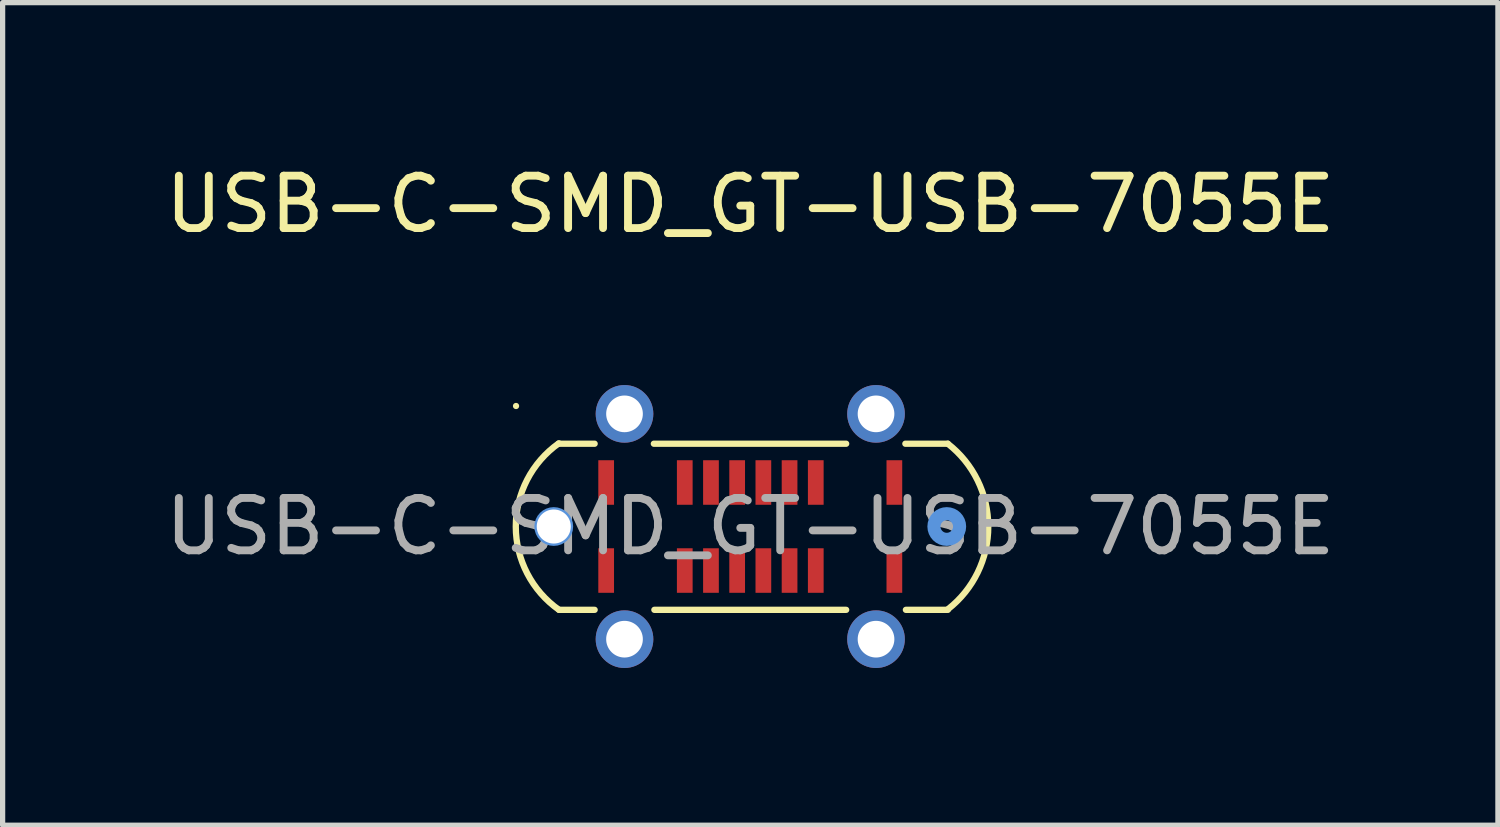
<source format=kicad_pcb>
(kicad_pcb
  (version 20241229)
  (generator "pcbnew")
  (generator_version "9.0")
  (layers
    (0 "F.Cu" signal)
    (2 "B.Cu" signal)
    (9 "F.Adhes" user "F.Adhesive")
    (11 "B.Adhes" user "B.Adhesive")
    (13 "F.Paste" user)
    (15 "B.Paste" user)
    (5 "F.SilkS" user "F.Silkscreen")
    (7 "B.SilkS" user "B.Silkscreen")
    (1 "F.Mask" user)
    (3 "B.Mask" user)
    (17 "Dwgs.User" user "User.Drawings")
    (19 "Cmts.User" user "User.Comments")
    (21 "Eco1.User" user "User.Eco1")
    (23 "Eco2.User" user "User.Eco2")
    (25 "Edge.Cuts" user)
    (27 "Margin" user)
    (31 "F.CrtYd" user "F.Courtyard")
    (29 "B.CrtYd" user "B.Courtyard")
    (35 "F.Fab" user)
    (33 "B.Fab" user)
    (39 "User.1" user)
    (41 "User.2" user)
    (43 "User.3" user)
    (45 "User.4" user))
  (footprint "USB-C-SMD_GT-USB-7055E"
    (layer "F.Cu")
    (at 11.268 6.998)
    (property "Reference" "USB-C-SMD_GT-USB-7055E" (at 0 -6.15 0) (layer "F.SilkS") (effects (font (size 1 1) (thickness 0.15))))
    (attr smd)
    (fp_line (start -3.65 1.59) (end -2.97 1.59) (stroke (width 0.12) (type solid)) (layer "F.SilkS"))
    (fp_line (start -2.97 -1.58) (end -3.66 -1.58) (stroke (width 0.12) (type solid)) (layer "F.SilkS"))
    (fp_line (start -1.83 1.59) (end 1.83 1.59) (stroke (width 0.12) (type solid)) (layer "F.SilkS"))
    (fp_line (start 1.83 -1.58) (end -1.84 -1.58) (stroke (width 0.12) (type solid)) (layer "F.SilkS"))
    (fp_line (start 2.97 1.59) (end 3.77 1.59) (stroke (width 0.12) (type solid)) (layer "F.SilkS"))
    (fp_line (start 3.77 -1.58) (end 2.96 -1.58) (stroke (width 0.12) (type solid)) (layer "F.SilkS"))
    (fp_arc (start -3.65 1.59) (mid -4.474864 0.001834) (end -3.652997 -1.587885) (stroke (width 0.12) (type solid)) (layer "F.SilkS"))
    (fp_arc (start 3.77 -1.58) (mid 4.542323 -0.001745) (end 3.772751 1.577854) (stroke (width 0.12) (type solid)) (layer "F.SilkS"))
    (fp_circle (center -4.47 -2.3) (end -4.44 -2.3) (stroke (width 0.06) (type solid)) (fill no) (layer "F.SilkS"))
    (fp_circle (center -3.75 0) (end -3.63 0) (stroke (width 0.25) (type solid)) (fill no) (layer "Cmts.User"))
    (fp_circle (center 3.75 0) (end 3.87 0) (stroke (width 0.25) (type solid)) (fill no) (layer "Cmts.User"))
    (fp_text user "${REFERENCE}" (at 0 0 0) (layer "F.Fab") (effects (font (size 1 1) (thickness 0.15))))
    (pad "" thru_hole circle (at -3.75 0) (size 0.65 0.65) (drill 0.65) (layers "*.Cu" "*.Mask"))
    (pad "A1" smd rect (at -2.75 -0.84) (size 0.3 0.85) (layers "F.Cu" "F.Mask" "F.Paste"))
    (pad "A4" smd rect (at -1.25 -0.84) (size 0.3 0.85) (layers "F.Cu" "F.Mask" "F.Paste"))
    (pad "A5" smd rect (at -0.75 -0.84) (size 0.3 0.85) (layers "F.Cu" "F.Mask" "F.Paste"))
    (pad "A6" smd rect (at -0.25 -0.84) (size 0.3 0.85) (layers "F.Cu" "F.Mask" "F.Paste"))
    (pad "A7" smd rect (at 0.25 -0.84) (size 0.3 0.85) (layers "F.Cu" "F.Mask" "F.Paste"))
    (pad "A8" smd rect (at 0.75 -0.84) (size 0.3 0.85) (layers "F.Cu" "F.Mask" "F.Paste"))
    (pad "A9" smd rect (at 1.25 -0.84) (size 0.3 0.85) (layers "F.Cu" "F.Mask" "F.Paste"))
    (pad "A12" smd rect (at 2.75 -0.84) (size 0.3 0.85) (layers "F.Cu" "F.Mask" "F.Paste"))
    (pad "B1" smd rect (at 2.75 0.84) (size 0.3 0.85) (layers "F.Cu" "F.Mask" "F.Paste"))
    (pad "B4" smd rect (at 1.25 0.84) (size 0.3 0.85) (layers "F.Cu" "F.Mask" "F.Paste"))
    (pad "B5" smd rect (at 0.75 0.84) (size 0.3 0.85) (layers "F.Cu" "F.Mask" "F.Paste"))
    (pad "B6" smd rect (at 0.25 0.84) (size 0.3 0.85) (layers "F.Cu" "F.Mask" "F.Paste"))
    (pad "B7" smd rect (at -0.25 0.84) (size 0.3 0.85) (layers "F.Cu" "F.Mask" "F.Paste"))
    (pad "B8" smd rect (at -0.75 0.84) (size 0.3 0.85) (layers "F.Cu" "F.Mask" "F.Paste"))
    (pad "B9" smd rect (at -1.25 0.84) (size 0.3 0.85) (layers "F.Cu" "F.Mask" "F.Paste"))
    (pad "B12" smd rect (at -2.75 0.84) (size 0.3 0.85) (layers "F.Cu" "F.Mask" "F.Paste"))
    (pad "S1" thru_hole circle (at -2.4 -2.15) (size 1.1 1.1) (drill 0.7) (layers "*.Cu" "*.Mask"))
    (pad "S1" thru_hole circle (at -2.4 2.15) (size 1.1 1.1) (drill 0.7) (layers "*.Cu" "*.Mask"))
    (pad "S1" thru_hole circle (at 2.4 -2.15) (size 1.1 1.1) (drill 0.7) (layers "*.Cu" "*.Mask"))
    (pad "S1" thru_hole circle (at 2.4 2.15) (size 1.1 1.1) (drill 0.7) (layers "*.Cu" "*.Mask")))
  (gr_rect
    (start -3 -3)
    (end 25.536 12.698)
    (stroke (width 0.1) (type default))
    (fill no)
    (layer "Edge.Cuts")))
</source>
